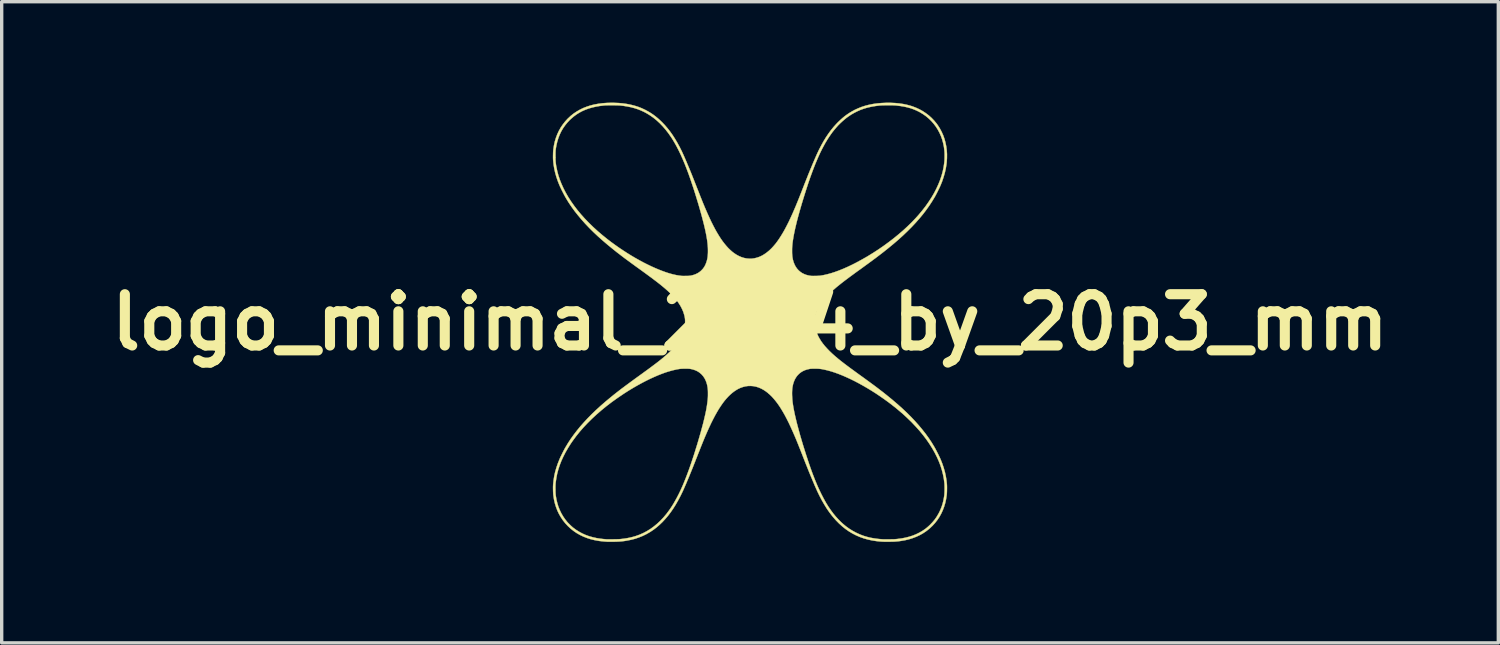
<source format=kicad_pcb>
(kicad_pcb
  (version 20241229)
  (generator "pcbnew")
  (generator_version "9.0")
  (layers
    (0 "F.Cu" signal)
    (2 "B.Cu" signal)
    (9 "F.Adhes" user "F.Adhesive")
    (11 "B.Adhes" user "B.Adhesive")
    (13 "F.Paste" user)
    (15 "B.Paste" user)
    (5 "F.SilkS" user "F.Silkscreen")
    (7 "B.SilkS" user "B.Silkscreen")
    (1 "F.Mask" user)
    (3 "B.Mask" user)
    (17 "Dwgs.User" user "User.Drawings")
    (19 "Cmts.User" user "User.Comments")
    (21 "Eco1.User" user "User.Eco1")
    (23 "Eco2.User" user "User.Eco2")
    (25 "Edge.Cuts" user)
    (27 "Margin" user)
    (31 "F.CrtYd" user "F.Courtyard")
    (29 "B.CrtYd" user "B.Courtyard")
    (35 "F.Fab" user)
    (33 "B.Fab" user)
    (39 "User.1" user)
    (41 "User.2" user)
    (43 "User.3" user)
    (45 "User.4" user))
  (footprint "logo_minimal_25p4_by_20p3_mm"
    (layer "F.Cu")
    (at 19.239 6.528)
    (property "Reference" "logo_minimal_25p4_by_20p3_mm" (at 0 0 0) (layer "F.SilkS") (effects (font (size 1.524 1.524) (thickness 0.3))))
    (attr through_hole)
    (fp_poly (pts (xy -4.045 -6.522) (xy -3.912 -6.517) (xy -3.784 -6.506) (xy -3.662 -6.489) (xy -3.546 -6.466) (xy -3.434 -6.438) (xy -3.326 -6.404) (xy -3.221 -6.363) (xy -3.12 -6.316) (xy -3.022 -6.263) (xy -3.018 -6.261) (xy -2.944 -6.216) (xy -2.873 -6.168) (xy -2.805 -6.117) (xy -2.738 -6.062) (xy -2.671 -6.001) (xy -2.612 -5.944) (xy -2.53 -5.858) (xy -2.451 -5.766) (xy -2.375 -5.669) (xy -2.301 -5.565) (xy -2.23 -5.454) (xy -2.16 -5.336) (xy -2.092 -5.211) (xy -2.026 -5.079) (xy -1.962 -4.938) (xy -1.923 -4.849) (xy -1.901 -4.797) (xy -1.881 -4.751) (xy -1.865 -4.711) (xy -1.85 -4.676) (xy -1.836 -4.644) (xy -1.824 -4.615) (xy -1.813 -4.588) (xy -1.802 -4.562) (xy -1.791 -4.535) (xy -1.779 -4.507) (xy -1.77 -4.483) (xy -1.757 -4.453) (xy -1.743 -4.417) (xy -1.726 -4.376) (xy -1.709 -4.332) (xy -1.69 -4.285) (xy -1.672 -4.239) (xy -1.654 -4.193) (xy -1.643 -4.166) (xy -1.611 -4.084) (xy -1.582 -4.01) (xy -1.555 -3.943) (xy -1.531 -3.882) (xy -1.509 -3.827) (xy -1.49 -3.777) (xy -1.472 -3.732) (xy -1.456 -3.691) (xy -1.441 -3.655) (xy -1.428 -3.621) (xy -1.415 -3.59) (xy -1.404 -3.562) (xy -1.393 -3.535) (xy -1.382 -3.51) (xy -1.372 -3.485) (xy -1.362 -3.461) (xy -1.352 -3.436) (xy -1.341 -3.41) (xy -1.329 -3.384) (xy -1.327 -3.378) (xy -1.267 -3.24) (xy -1.208 -3.11) (xy -1.151 -2.988) (xy -1.093 -2.873) (xy -1.037 -2.766) (xy -0.981 -2.667) (xy -0.925 -2.574) (xy -0.87 -2.488) (xy -0.814 -2.408) (xy -0.758 -2.335) (xy -0.702 -2.268) (xy -0.646 -2.206) (xy -0.589 -2.151) (xy -0.532 -2.1) (xy -0.473 -2.055) (xy -0.472 -2.054) (xy -0.399 -2.006) (xy -0.326 -1.967) (xy -0.251 -1.935) (xy -0.175 -1.912) (xy -0.099 -1.897) (xy -0.022 -1.891) (xy 0.055 -1.892) (xy 0.131 -1.902) (xy 0.207 -1.921) (xy 0.282 -1.947) (xy 0.357 -1.982) (xy 0.406 -2.011) (xy 0.467 -2.051) (xy 0.526 -2.096) (xy 0.564 -2.128) (xy 1.25 -2.128) (xy 1.25 -2.086) (xy 1.251 -2.044) (xy 1.253 -2.005) (xy 1.256 -1.971) (xy 1.259 -1.943) (xy 1.274 -1.862) (xy 1.295 -1.788) (xy 1.322 -1.72) (xy 1.354 -1.658) (xy 1.392 -1.602) (xy 1.436 -1.552) (xy 1.449 -1.539) (xy 1.5 -1.496) (xy 1.554 -1.46) (xy 1.614 -1.431) (xy 1.678 -1.407) (xy 1.748 -1.39) (xy 1.755 -1.389) (xy 1.774 -1.385) (xy 1.791 -1.383) (xy 1.805 -1.38) (xy 1.82 -1.379) (xy 1.836 -1.378) (xy 1.854 -1.378) (xy 1.876 -1.377) (xy 1.904 -1.378) (xy 1.938 -1.378) (xy 1.943 -1.378) (xy 1.991 -1.379) (xy 2.032 -1.381) (xy 2.066 -1.383) (xy 2.093 -1.386) (xy 2.095 -1.386) (xy 2.2 -1.405) (xy 2.308 -1.43) (xy 2.419 -1.461) (xy 2.535 -1.499) (xy 2.655 -1.543) (xy 2.78 -1.594) (xy 2.909 -1.651) (xy 3.043 -1.715) (xy 3.151 -1.77) (xy 3.319 -1.861) (xy 3.486 -1.956) (xy 3.65 -2.057) (xy 3.811 -2.161) (xy 3.968 -2.269) (xy 4.121 -2.381) (xy 4.27 -2.495) (xy 4.413 -2.612) (xy 4.551 -2.73) (xy 4.682 -2.851) (xy 4.806 -2.972) (xy 4.923 -3.095) (xy 5.007 -3.188) (xy 5.115 -3.317) (xy 5.216 -3.447) (xy 5.308 -3.578) (xy 5.393 -3.708) (xy 5.469 -3.838) (xy 5.537 -3.969) (xy 5.597 -4.099) (xy 5.649 -4.229) (xy 5.693 -4.359) (xy 5.728 -4.488) (xy 5.755 -4.617) (xy 5.773 -4.746) (xy 5.776 -4.777) (xy 5.779 -4.816) (xy 5.781 -4.862) (xy 5.782 -4.91) (xy 5.782 -4.961) (xy 5.782 -5.01) (xy 5.78 -5.056) (xy 5.777 -5.097) (xy 5.776 -5.106) (xy 5.762 -5.218) (xy 5.739 -5.328) (xy 5.71 -5.434) (xy 5.673 -5.536) (xy 5.629 -5.635) (xy 5.578 -5.729) (xy 5.521 -5.818) (xy 5.457 -5.903) (xy 5.387 -5.982) (xy 5.311 -6.056) (xy 5.229 -6.125) (xy 5.141 -6.187) (xy 5.048 -6.243) (xy 5.025 -6.256) (xy 4.942 -6.296) (xy 4.856 -6.332) (xy 4.767 -6.363) (xy 4.672 -6.389) (xy 4.573 -6.411) (xy 4.467 -6.428) (xy 4.355 -6.442) (xy 4.339 -6.444) (xy 4.314 -6.446) (xy 4.281 -6.447) (xy 4.243 -6.449) (xy 4.2 -6.449) (xy 4.154 -6.45) (xy 4.106 -6.45) (xy 4.058 -6.45) (xy 4.011 -6.449) (xy 3.966 -6.448) (xy 3.924 -6.447) (xy 3.887 -6.445) (xy 3.857 -6.443) (xy 3.842 -6.442) (xy 3.72 -6.426) (xy 3.604 -6.406) (xy 3.494 -6.381) (xy 3.39 -6.351) (xy 3.289 -6.315) (xy 3.192 -6.273) (xy 3.098 -6.225) (xy 3.006 -6.172) (xy 2.915 -6.111) (xy 2.915 -6.111) (xy 2.857 -6.068) (xy 2.798 -6.019) (xy 2.737 -5.966) (xy 2.677 -5.91) (xy 2.62 -5.853) (xy 2.568 -5.795) (xy 2.51 -5.727) (xy 2.453 -5.656) (xy 2.398 -5.58) (xy 2.344 -5.501) (xy 2.291 -5.418) (xy 2.238 -5.33) (xy 2.187 -5.237) (xy 2.136 -5.14) (xy 2.085 -5.037) (xy 2.035 -4.928) (xy 1.985 -4.813) (xy 1.935 -4.693) (xy 1.885 -4.565) (xy 1.835 -4.431) (xy 1.784 -4.29) (xy 1.733 -4.142) (xy 1.682 -3.986) (xy 1.63 -3.823) (xy 1.581 -3.666) (xy 1.537 -3.521) (xy 1.497 -3.383) (xy 1.46 -3.253) (xy 1.426 -3.129) (xy 1.395 -3.012) (xy 1.368 -2.901) (xy 1.343 -2.796) (xy 1.322 -2.698) (xy 1.303 -2.604) (xy 1.287 -2.516) (xy 1.274 -2.433) (xy 1.263 -2.355) (xy 1.256 -2.281) (xy 1.253 -2.244) (xy 1.251 -2.209) (xy 1.25 -2.17) (xy 1.25 -2.128) (xy 0.564 -2.128) (xy 0.584 -2.146) (xy 0.642 -2.202) (xy 0.699 -2.264) (xy 0.756 -2.331) (xy 0.812 -2.405) (xy 0.868 -2.486) (xy 0.924 -2.573) (xy 0.981 -2.667) (xy 1.038 -2.768) (xy 1.095 -2.877) (xy 1.153 -2.992) (xy 1.211 -3.116) (xy 1.271 -3.248) (xy 1.327 -3.378) (xy 1.339 -3.406) (xy 1.35 -3.432) (xy 1.361 -3.457) (xy 1.371 -3.483) (xy 1.382 -3.508) (xy 1.392 -3.534) (xy 1.404 -3.561) (xy 1.415 -3.59) (xy 1.428 -3.622) (xy 1.442 -3.656) (xy 1.457 -3.693) (xy 1.473 -3.734) (xy 1.491 -3.78) (xy 1.511 -3.83) (xy 1.533 -3.886) (xy 1.557 -3.948) (xy 1.584 -4.016) (xy 1.613 -4.091) (xy 1.642 -4.165) (xy 1.66 -4.209) (xy 1.678 -4.255) (xy 1.697 -4.302) (xy 1.715 -4.348) (xy 1.732 -4.391) (xy 1.748 -4.431) (xy 1.762 -4.465) (xy 1.769 -4.482) (xy 1.782 -4.513) (xy 1.793 -4.541) (xy 1.804 -4.568) (xy 1.816 -4.594) (xy 1.827 -4.622) (xy 1.839 -4.651) (xy 1.853 -4.684) (xy 1.868 -4.72) (xy 1.886 -4.761) (xy 1.906 -4.809) (xy 1.923 -4.849) (xy 1.987 -4.995) (xy 2.052 -5.132) (xy 2.119 -5.261) (xy 2.187 -5.383) (xy 2.257 -5.498) (xy 2.33 -5.606) (xy 2.404 -5.707) (xy 2.481 -5.802) (xy 2.561 -5.891) (xy 2.612 -5.944) (xy 2.681 -6.01) (xy 2.748 -6.07) (xy 2.815 -6.125) (xy 2.883 -6.175) (xy 2.955 -6.223) (xy 3.018 -6.261) (xy 3.117 -6.315) (xy 3.218 -6.361) (xy 3.322 -6.402) (xy 3.43 -6.437) (xy 3.542 -6.465) (xy 3.658 -6.488) (xy 3.78 -6.505) (xy 3.907 -6.516) (xy 4.04 -6.522) (xy 4.045 -6.522) (xy 4.18 -6.522) (xy 4.31 -6.516) (xy 4.434 -6.504) (xy 4.553 -6.487) (xy 4.667 -6.463) (xy 4.777 -6.433) (xy 4.83 -6.416) (xy 4.936 -6.375) (xy 5.038 -6.328) (xy 5.135 -6.274) (xy 5.227 -6.213) (xy 5.314 -6.147) (xy 5.395 -6.074) (xy 5.471 -5.995) (xy 5.541 -5.911) (xy 5.581 -5.856) (xy 5.641 -5.761) (xy 5.694 -5.662) (xy 5.74 -5.559) (xy 5.778 -5.453) (xy 5.808 -5.343) (xy 5.831 -5.231) (xy 5.846 -5.116) (xy 5.854 -4.998) (xy 5.853 -4.878) (xy 5.845 -4.756) (xy 5.837 -4.688) (xy 5.817 -4.566) (xy 5.789 -4.442) (xy 5.753 -4.317) (xy 5.71 -4.189) (xy 5.664 -4.074) (xy 5.651 -4.045) (xy 5.636 -4.011) (xy 5.617 -3.973) (xy 5.597 -3.932) (xy 5.576 -3.889) (xy 5.555 -3.847) (xy 5.534 -3.806) (xy 5.514 -3.769) (xy 5.497 -3.737) (xy 5.485 -3.717) (xy 5.408 -3.59) (xy 5.325 -3.463) (xy 5.235 -3.337) (xy 5.139 -3.211) (xy 5.035 -3.086) (xy 4.925 -2.961) (xy 4.807 -2.835) (xy 4.681 -2.709) (xy 4.548 -2.582) (xy 4.408 -2.455) (xy 4.259 -2.327) (xy 4.102 -2.198) (xy 4.066 -2.169) (xy 4.024 -2.136) (xy 3.983 -2.103) (xy 3.942 -2.071) (xy 3.901 -2.039) (xy 3.859 -2.007) (xy 3.816 -1.974) (xy 3.771 -1.94) (xy 3.724 -1.904) (xy 3.673 -1.867) (xy 3.62 -1.827) (xy 3.562 -1.785) (xy 3.5 -1.739) (xy 3.433 -1.691) (xy 3.361 -1.638) (xy 3.283 -1.581) (xy 3.215 -1.533) (xy 3.124 -1.467) (xy 3.04 -1.405) (xy 2.962 -1.348) (xy 2.89 -1.294) (xy 2.823 -1.244) (xy 2.761 -1.196) (xy 2.704 -1.152) (xy 2.651 -1.109) (xy 2.601 -1.069) (xy 2.554 -1.03) (xy 2.511 -0.992) (xy 2.469 -0.956) (xy 2.43 -0.919) (xy 2.392 -0.884) (xy 2.356 -0.848) (xy 2.32 -0.811) (xy 2.293 -0.783) (xy 2.218 -0.7) (xy 2.153 -0.617) (xy 2.095 -0.533) (xy 2.046 -0.448) (xy 2.005 -0.362) (xy 1.972 -0.276) (xy 1.947 -0.188) (xy 1.936 -0.133) (xy 1.933 -0.107) (xy 1.93 -0.075) (xy 1.929 -0.038) (xy 1.928 0.000463) (xy 1.929 0.039) (xy 1.93 0.076) (xy 1.933 0.108) (xy 1.936 0.133) (xy 1.952 0.206) (xy 1.972 0.278) (xy 1.999 0.35) (xy 2.031 0.421) (xy 2.07 0.491) (xy 2.114 0.562) (xy 2.165 0.633) (xy 2.223 0.705) (xy 2.288 0.777) (xy 2.359 0.851) (xy 2.438 0.927) (xy 2.525 1.004) (xy 2.619 1.084) (xy 2.661 1.117) (xy 2.697 1.147) (xy 2.735 1.176) (xy 2.774 1.206) (xy 2.815 1.238) (xy 2.858 1.27) (xy 2.904 1.305) (xy 2.955 1.343) (xy 3.009 1.383) (xy 3.069 1.426) (xy 3.134 1.474) (xy 3.206 1.526) (xy 3.215 1.533) (xy 3.298 1.593) (xy 3.375 1.648) (xy 3.446 1.7) (xy 3.512 1.748) (xy 3.572 1.792) (xy 3.629 1.834) (xy 3.682 1.873) (xy 3.731 1.909) (xy 3.777 1.944) (xy 3.822 1.978) (xy 3.864 2.011) (xy 3.906 2.043) (xy 3.947 2.074) (xy 3.987 2.106) (xy 4.028 2.139) (xy 4.066 2.169) (xy 4.225 2.299) (xy 4.375 2.427) (xy 4.518 2.554) (xy 4.653 2.681) (xy 4.78 2.807) (xy 4.899 2.933) (xy 5.011 3.058) (xy 5.116 3.184) (xy 5.215 3.309) (xy 5.306 3.435) (xy 5.391 3.561) (xy 5.469 3.689) (xy 5.485 3.717) (xy 5.501 3.745) (xy 5.519 3.779) (xy 5.539 3.817) (xy 5.56 3.858) (xy 5.582 3.901) (xy 5.603 3.943) (xy 5.622 3.984) (xy 5.64 4.021) (xy 5.655 4.054) (xy 5.664 4.074) (xy 5.714 4.2) (xy 5.756 4.324) (xy 5.791 4.447) (xy 5.818 4.57) (xy 5.838 4.692) (xy 5.851 4.816) (xy 5.851 4.82) (xy 5.853 4.855) (xy 5.854 4.896) (xy 5.854 4.941) (xy 5.853 4.988) (xy 5.852 5.033) (xy 5.85 5.077) (xy 5.847 5.115) (xy 5.844 5.141) (xy 5.826 5.259) (xy 5.801 5.372) (xy 5.768 5.482) (xy 5.728 5.587) (xy 5.681 5.688) (xy 5.628 5.784) (xy 5.567 5.875) (xy 5.499 5.962) (xy 5.425 6.044) (xy 5.345 6.12) (xy 5.257 6.191) (xy 5.23 6.211) (xy 5.14 6.271) (xy 5.044 6.325) (xy 4.943 6.372) (xy 4.836 6.413) (xy 4.725 6.448) (xy 4.609 6.476) (xy 4.494 6.496) (xy 4.443 6.503) (xy 4.395 6.509) (xy 4.348 6.513) (xy 4.3 6.517) (xy 4.25 6.519) (xy 4.195 6.52) (xy 4.135 6.521) (xy 4.104 6.521) (xy 4.051 6.521) (xy 4.005 6.521) (xy 3.964 6.52) (xy 3.926 6.518) (xy 3.89 6.516) (xy 3.854 6.513) (xy 3.815 6.509) (xy 3.774 6.504) (xy 3.755 6.502) (xy 3.626 6.482) (xy 3.502 6.455) (xy 3.381 6.421) (xy 3.265 6.38) (xy 3.152 6.331) (xy 3.043 6.275) (xy 2.938 6.212) (xy 2.836 6.141) (xy 2.738 6.062) (xy 2.642 5.975) (xy 2.55 5.881) (xy 2.461 5.778) (xy 2.432 5.743) (xy 2.355 5.642) (xy 2.28 5.533) (xy 2.207 5.415) (xy 2.135 5.29) (xy 2.065 5.157) (xy 1.997 5.016) (xy 1.931 4.868) (xy 1.925 4.854) (xy 1.893 4.778) (xy 1.864 4.71) (xy 1.838 4.647) (xy 1.813 4.588) (xy 1.79 4.533) (xy 1.768 4.48) (xy 1.747 4.428) (xy 1.726 4.376) (xy 1.705 4.322) (xy 1.683 4.267) (xy 1.659 4.208) (xy 1.642 4.165) (xy 1.61 4.083) (xy 1.581 4.009) (xy 1.555 3.942) (xy 1.531 3.881) (xy 1.509 3.825) (xy 1.489 3.775) (xy 1.471 3.73) (xy 1.455 3.69) (xy 1.44 3.652) (xy 1.427 3.619) (xy 1.414 3.588) (xy 1.403 3.559) (xy 1.391 3.531) (xy 1.381 3.506) (xy 1.37 3.48) (xy 1.36 3.455) (xy 1.349 3.43) (xy 1.338 3.403) (xy 1.327 3.378) (xy 1.267 3.24) (xy 1.208 3.11) (xy 1.151 2.988) (xy 1.093 2.873) (xy 1.037 2.766) (xy 0.981 2.667) (xy 0.925 2.574) (xy 0.87 2.488) (xy 0.814 2.408) (xy 0.758 2.335) (xy 0.702 2.268) (xy 0.646 2.206) (xy 0.589 2.151) (xy 0.532 2.1) (xy 0.531 2.1) (xy 1.249 2.1) (xy 1.25 2.161) (xy 1.253 2.225) (xy 1.257 2.29) (xy 1.263 2.354) (xy 1.266 2.379) (xy 1.278 2.462) (xy 1.293 2.552) (xy 1.312 2.65) (xy 1.334 2.754) (xy 1.36 2.866) (xy 1.388 2.983) (xy 1.421 3.108) (xy 1.456 3.238) (xy 1.494 3.375) (xy 1.536 3.517) (xy 1.58 3.664) (xy 1.628 3.817) (xy 1.672 3.956) (xy 1.716 4.089) (xy 1.757 4.213) (xy 1.798 4.331) (xy 1.838 4.442) (xy 1.878 4.548) (xy 1.917 4.649) (xy 1.956 4.745) (xy 1.995 4.837) (xy 2.034 4.926) (xy 2.075 5.013) (xy 2.116 5.098) (xy 2.126 5.118) (xy 2.192 5.245) (xy 2.259 5.365) (xy 2.328 5.477) (xy 2.399 5.581) (xy 2.472 5.68) (xy 2.548 5.772) (xy 2.627 5.859) (xy 2.709 5.941) (xy 2.758 5.986) (xy 2.848 6.061) (xy 2.943 6.13) (xy 3.043 6.193) (xy 3.147 6.25) (xy 3.253 6.299) (xy 3.361 6.341) (xy 3.389 6.35) (xy 3.453 6.37) (xy 3.517 6.387) (xy 3.58 6.402) (xy 3.646 6.414) (xy 3.715 6.425) (xy 3.788 6.435) (xy 3.867 6.443) (xy 3.943 6.449) (xy 3.952 6.449) (xy 3.969 6.45) (xy 3.991 6.45) (xy 4.019 6.45) (xy 4.051 6.45) (xy 4.087 6.45) (xy 4.124 6.449) (xy 4.132 6.449) (xy 4.179 6.449) (xy 4.22 6.448) (xy 4.255 6.448) (xy 4.285 6.447) (xy 4.312 6.445) (xy 4.336 6.443) (xy 4.36 6.441) (xy 4.38 6.439) (xy 4.502 6.423) (xy 4.618 6.401) (xy 4.728 6.373) (xy 4.833 6.34) (xy 4.932 6.3) (xy 5.025 6.255) (xy 5.11 6.207) (xy 5.164 6.171) (xy 5.213 6.137) (xy 5.258 6.101) (xy 5.303 6.062) (xy 5.35 6.018) (xy 5.35 6.018) (xy 5.421 5.944) (xy 5.485 5.868) (xy 5.542 5.788) (xy 5.593 5.702) (xy 5.625 5.643) (xy 5.662 5.562) (xy 5.694 5.482) (xy 5.721 5.399) (xy 5.743 5.313) (xy 5.761 5.221) (xy 5.773 5.146) (xy 5.776 5.118) (xy 5.778 5.084) (xy 5.78 5.044) (xy 5.781 5.001) (xy 5.782 4.957) (xy 5.782 4.912) (xy 5.781 4.869) (xy 5.78 4.83) (xy 5.778 4.795) (xy 5.777 4.78) (xy 5.76 4.651) (xy 5.735 4.522) (xy 5.702 4.392) (xy 5.661 4.261) (xy 5.611 4.131) (xy 5.553 4.001) (xy 5.487 3.871) (xy 5.413 3.741) (xy 5.331 3.611) (xy 5.242 3.482) (xy 5.144 3.353) (xy 5.039 3.225) (xy 4.925 3.098) (xy 4.805 2.971) (xy 4.676 2.846) (xy 4.568 2.745) (xy 4.458 2.65) (xy 4.345 2.555) (xy 4.229 2.463) (xy 4.11 2.372) (xy 3.988 2.284) (xy 3.865 2.198) (xy 3.74 2.114) (xy 3.614 2.034) (xy 3.487 1.957) (xy 3.361 1.884) (xy 3.235 1.814) (xy 3.11 1.748) (xy 2.986 1.687) (xy 2.864 1.631) (xy 2.745 1.579) (xy 2.629 1.533) (xy 2.516 1.492) (xy 2.407 1.457) (xy 2.302 1.428) (xy 2.202 1.405) (xy 2.196 1.404) (xy 2.157 1.396) (xy 2.124 1.39) (xy 2.095 1.386) (xy 2.067 1.383) (xy 2.038 1.38) (xy 2.007 1.379) (xy 1.972 1.378) (xy 1.931 1.378) (xy 1.924 1.378) (xy 1.888 1.378) (xy 1.859 1.378) (xy 1.836 1.379) (xy 1.817 1.38) (xy 1.801 1.381) (xy 1.787 1.382) (xy 1.773 1.385) (xy 1.758 1.388) (xy 1.757 1.388) (xy 1.689 1.404) (xy 1.627 1.425) (xy 1.571 1.451) (xy 1.519 1.482) (xy 1.471 1.519) (xy 1.449 1.539) (xy 1.403 1.587) (xy 1.364 1.642) (xy 1.33 1.702) (xy 1.302 1.769) (xy 1.279 1.842) (xy 1.263 1.921) (xy 1.259 1.943) (xy 1.254 1.989) (xy 1.251 2.042) (xy 1.249 2.1) (xy 0.531 2.1) (xy 0.473 2.055) (xy 0.472 2.054) (xy 0.399 2.006) (xy 0.326 1.967) (xy 0.251 1.935) (xy 0.175 1.912) (xy 0.099 1.897) (xy 0.022 1.891) (xy -0.055 1.892) (xy -0.131 1.902) (xy -0.207 1.921) (xy -0.282 1.947) (xy -0.357 1.982) (xy -0.406 2.011) (xy -0.467 2.051) (xy -0.526 2.096) (xy -0.584 2.146) (xy -0.642 2.202) (xy -0.699 2.264) (xy -0.756 2.331) (xy -0.812 2.405) (xy -0.868 2.486) (xy -0.925 2.573) (xy -0.981 2.667) (xy -1.038 2.768) (xy -1.095 2.877) (xy -1.153 2.992) (xy -1.211 3.116) (xy -1.271 3.248) (xy -1.327 3.378) (xy -1.339 3.405) (xy -1.35 3.431) (xy -1.36 3.456) (xy -1.37 3.48) (xy -1.38 3.505) (xy -1.391 3.53) (xy -1.402 3.557) (xy -1.413 3.585) (xy -1.425 3.615) (xy -1.438 3.648) (xy -1.453 3.684) (xy -1.469 3.724) (xy -1.486 3.768) (xy -1.505 3.817) (xy -1.527 3.871) (xy -1.55 3.93) (xy -1.576 3.996) (xy -1.605 4.069) (xy -1.636 4.149) (xy -1.643 4.166) (xy -1.677 4.252) (xy -1.711 4.338) (xy -1.746 4.424) (xy -1.78 4.508) (xy -1.814 4.591) (xy -1.847 4.67) (xy -1.879 4.746) (xy -1.909 4.817) (xy -1.938 4.883) (xy -1.964 4.943) (xy -1.988 4.997) (xy -2 5.023) (xy -2.066 5.159) (xy -2.134 5.288) (xy -2.204 5.411) (xy -2.276 5.526) (xy -2.35 5.634) (xy -2.425 5.734) (xy -2.432 5.743) (xy -2.516 5.842) (xy -2.603 5.936) (xy -2.693 6.022) (xy -2.784 6.1) (xy -2.867 6.163) (xy -2.97 6.232) (xy -3.076 6.293) (xy -3.186 6.347) (xy -3.3 6.393) (xy -3.417 6.433) (xy -3.539 6.464) (xy -3.666 6.489) (xy -3.721 6.498) (xy -3.776 6.505) (xy -3.83 6.511) (xy -3.884 6.515) (xy -3.941 6.518) (xy -4.002 6.52) (xy -4.069 6.521) (xy -4.07 6.521) (xy -4.105 6.521) (xy -4.139 6.522) (xy -4.17 6.522) (xy -4.196 6.522) (xy -4.218 6.521) (xy -4.233 6.521) (xy -4.238 6.521) (xy -4.276 6.518) (xy -4.318 6.515) (xy -4.362 6.511) (xy -4.405 6.507) (xy -4.446 6.502) (xy -4.481 6.498) (xy -4.494 6.496) (xy -4.616 6.474) (xy -4.733 6.446) (xy -4.845 6.41) (xy -4.952 6.368) (xy -5.054 6.319) (xy -5.151 6.264) (xy -5.243 6.201) (xy -5.33 6.132) (xy -5.412 6.056) (xy -5.414 6.054) (xy -5.491 5.971) (xy -5.56 5.884) (xy -5.622 5.792) (xy -5.677 5.696) (xy -5.725 5.596) (xy -5.765 5.491) (xy -5.799 5.381) (xy -5.825 5.268) (xy -5.843 5.15) (xy -5.844 5.141) (xy -5.848 5.108) (xy -5.85 5.068) (xy -5.852 5.024) (xy -5.853 4.978) (xy -5.854 4.936) (xy -5.782 4.936) (xy -5.782 4.982) (xy -5.781 5.026) (xy -5.779 5.068) (xy -5.777 5.105) (xy -5.774 5.136) (xy -5.773 5.147) (xy -5.754 5.262) (xy -5.728 5.371) (xy -5.696 5.476) (xy -5.656 5.576) (xy -5.61 5.672) (xy -5.557 5.764) (xy -5.497 5.852) (xy -5.438 5.926) (xy -5.42 5.947) (xy -5.397 5.971) (xy -5.371 5.997) (xy -5.344 6.024) (xy -5.317 6.05) (xy -5.291 6.073) (xy -5.269 6.093) (xy -5.262 6.099) (xy -5.176 6.163) (xy -5.085 6.221) (xy -4.99 6.273) (xy -4.89 6.318) (xy -4.786 6.356) (xy -4.676 6.387) (xy -4.561 6.413) (xy -4.441 6.432) (xy -4.377 6.439) (xy -4.35 6.442) (xy -4.323 6.444) (xy -4.3 6.446) (xy -4.281 6.448) (xy -4.269 6.449) (xy -4.255 6.449) (xy -4.233 6.45) (xy -4.205 6.45) (xy -4.173 6.45) (xy -4.137 6.45) (xy -4.099 6.449) (xy -4.06 6.449) (xy -4.021 6.448) (xy -3.984 6.448) (xy -3.949 6.447) (xy -3.918 6.446) (xy -3.892 6.445) (xy -3.872 6.444) (xy -3.861 6.443) (xy -3.777 6.434) (xy -3.7 6.423) (xy -3.629 6.411) (xy -3.561 6.397) (xy -3.495 6.381) (xy -3.43 6.363) (xy -3.389 6.35) (xy -3.276 6.309) (xy -3.166 6.26) (xy -3.059 6.203) (xy -2.956 6.139) (xy -2.856 6.066) (xy -2.759 5.986) (xy -2.665 5.898) (xy -2.574 5.802) (xy -2.487 5.699) (xy -2.403 5.587) (xy -2.34 5.495) (xy -2.283 5.405) (xy -2.227 5.308) (xy -2.17 5.205) (xy -2.114 5.096) (xy -2.059 4.982) (xy -2.006 4.865) (xy -1.956 4.745) (xy -1.952 4.735) (xy -1.905 4.617) (xy -1.857 4.491) (xy -1.808 4.358) (xy -1.759 4.218) (xy -1.71 4.072) (xy -1.66 3.92) (xy -1.611 3.763) (xy -1.561 3.601) (xy -1.512 3.434) (xy -1.501 3.395) (xy -1.464 3.267) (xy -1.431 3.145) (xy -1.4 3.031) (xy -1.373 2.923) (xy -1.349 2.821) (xy -1.327 2.726) (xy -1.308 2.635) (xy -1.292 2.55) (xy -1.279 2.468) (xy -1.268 2.392) (xy -1.259 2.318) (xy -1.253 2.249) (xy -1.253 2.244) (xy -1.251 2.209) (xy -1.25 2.17) (xy -1.25 2.128) (xy -1.25 2.086) (xy -1.251 2.044) (xy -1.253 2.005) (xy -1.256 1.971) (xy -1.259 1.943) (xy -1.274 1.862) (xy -1.295 1.788) (xy -1.322 1.72) (xy -1.354 1.658) (xy -1.392 1.602) (xy -1.436 1.552) (xy -1.449 1.539) (xy -1.496 1.499) (xy -1.545 1.465) (xy -1.599 1.437) (xy -1.658 1.414) (xy -1.723 1.395) (xy -1.757 1.388) (xy -1.772 1.385) (xy -1.786 1.383) (xy -1.801 1.381) (xy -1.816 1.38) (xy -1.835 1.379) (xy -1.858 1.378) (xy -1.886 1.378) (xy -1.922 1.378) (xy -1.924 1.378) (xy -1.966 1.378) (xy -2.002 1.379) (xy -2.034 1.38) (xy -2.062 1.382) (xy -2.09 1.385) (xy -2.12 1.39) (xy -2.152 1.395) (xy -2.19 1.402) (xy -2.196 1.404) (xy -2.293 1.426) (xy -2.395 1.454) (xy -2.502 1.487) (xy -2.613 1.527) (xy -2.728 1.572) (xy -2.846 1.623) (xy -2.967 1.678) (xy -3.091 1.739) (xy -3.216 1.804) (xy -3.343 1.874) (xy -3.472 1.948) (xy -3.601 2.026) (xy -3.73 2.108) (xy -3.772 2.136) (xy -3.943 2.252) (xy -4.108 2.37) (xy -4.266 2.491) (xy -4.417 2.614) (xy -4.561 2.739) (xy -4.698 2.866) (xy -4.828 2.995) (xy -4.95 3.124) (xy -5.064 3.255) (xy -5.17 3.387) (xy -5.268 3.52) (xy -5.328 3.607) (xy -5.409 3.736) (xy -5.483 3.864) (xy -5.548 3.991) (xy -5.606 4.118) (xy -5.655 4.244) (xy -5.696 4.369) (xy -5.73 4.495) (xy -5.755 4.621) (xy -5.773 4.747) (xy -5.777 4.78) (xy -5.779 4.812) (xy -5.781 4.85) (xy -5.782 4.892) (xy -5.782 4.936) (xy -5.854 4.936) (xy -5.854 4.932) (xy -5.854 4.887) (xy -5.852 4.847) (xy -5.851 4.82) (xy -5.838 4.696) (xy -5.819 4.573) (xy -5.792 4.451) (xy -5.757 4.328) (xy -5.715 4.204) (xy -5.665 4.078) (xy -5.664 4.074) (xy -5.651 4.045) (xy -5.636 4.011) (xy -5.617 3.973) (xy -5.597 3.932) (xy -5.576 3.889) (xy -5.555 3.847) (xy -5.534 3.806) (xy -5.514 3.769) (xy -5.497 3.737) (xy -5.485 3.717) (xy -5.41 3.592) (xy -5.329 3.468) (xy -5.241 3.345) (xy -5.147 3.222) (xy -5.047 3.099) (xy -4.939 2.977) (xy -4.825 2.854) (xy -4.703 2.73) (xy -4.574 2.606) (xy -4.437 2.481) (xy -4.292 2.355) (xy -4.139 2.228) (xy -4.085 2.184) (xy -4.043 2.15) (xy -4.001 2.117) (xy -3.958 2.083) (xy -3.914 2.049) (xy -3.869 2.014) (xy -3.821 1.977) (xy -3.771 1.94) (xy -3.718 1.9) (xy -3.661 1.858) (xy -3.6 1.813) (xy -3.535 1.765) (xy -3.465 1.714) (xy -3.39 1.659) (xy -3.308 1.6) (xy -3.22 1.536) (xy -3.215 1.533) (xy -3.124 1.466) (xy -3.039 1.405) (xy -2.961 1.347) (xy -2.889 1.293) (xy -2.821 1.242) (xy -2.759 1.195) (xy -2.701 1.15) (xy -2.648 1.107) (xy -2.598 1.066) (xy -2.551 1.027) (xy -2.507 0.989) (xy -2.466 0.952) (xy -2.427 0.916) (xy -2.389 0.88) (xy -2.352 0.844) (xy -2.316 0.808) (xy -2.295 0.785) (xy -2.221 0.703) (xy -2.155 0.62) (xy -2.097 0.536) (xy -2.048 0.452) (xy -2.007 0.368) (xy -1.974 0.283) (xy -1.956 0.222) (xy -1.947 0.187) (xy -1.94 0.155) (xy -1.935 0.125) (xy -1.932 0.095) (xy -1.93 0.062) (xy -1.929 0.024) (xy -1.929 0) (xy -1.929 -0.042) (xy -1.93 -0.077) (xy -1.933 -0.109) (xy -1.937 -0.138) (xy -1.943 -0.169) (xy -1.95 -0.202) (xy -1.956 -0.222) (xy -1.982 -0.307) (xy -2.018 -0.392) (xy -2.061 -0.476) (xy -2.113 -0.56) (xy -2.173 -0.644) (xy -2.241 -0.726) (xy -2.295 -0.785) (xy -2.33 -0.822) (xy -2.366 -0.858) (xy -2.403 -0.894) (xy -2.441 -0.93) (xy -2.481 -0.966) (xy -2.523 -1.003) (xy -2.568 -1.041) (xy -2.615 -1.08) (xy -2.666 -1.122) (xy -2.721 -1.165) (xy -2.78 -1.211) (xy -2.844 -1.259) (xy -2.912 -1.311) (xy -2.987 -1.366) (xy -3.067 -1.425) (xy -3.153 -1.488) (xy -3.215 -1.533) (xy -3.298 -1.593) (xy -3.375 -1.648) (xy -3.446 -1.7) (xy -3.512 -1.748) (xy -3.572 -1.792) (xy -3.629 -1.834) (xy -3.682 -1.873) (xy -3.731 -1.909) (xy -3.777 -1.944) (xy -3.822 -1.978) (xy -3.864 -2.011) (xy -3.906 -2.043) (xy -3.947 -2.074) (xy -3.987 -2.106) (xy -4.028 -2.139) (xy -4.066 -2.169) (xy -4.225 -2.299) (xy -4.375 -2.427) (xy -4.518 -2.554) (xy -4.653 -2.681) (xy -4.78 -2.807) (xy -4.899 -2.933) (xy -5.011 -3.058) (xy -5.116 -3.184) (xy -5.215 -3.309) (xy -5.306 -3.435) (xy -5.391 -3.561) (xy -5.469 -3.689) (xy -5.485 -3.717) (xy -5.501 -3.745) (xy -5.519 -3.779) (xy -5.539 -3.817) (xy -5.56 -3.858) (xy -5.582 -3.901) (xy -5.603 -3.943) (xy -5.622 -3.984) (xy -5.64 -4.021) (xy -5.655 -4.054) (xy -5.664 -4.074) (xy -5.714 -4.2) (xy -5.756 -4.324) (xy -5.791 -4.447) (xy -5.818 -4.57) (xy -5.838 -4.692) (xy -5.851 -4.816) (xy -5.851 -4.82) (xy -5.853 -4.855) (xy -5.854 -4.896) (xy -5.854 -4.941) (xy -5.854 -4.947) (xy -5.78 -4.947) (xy -5.78 -4.898) (xy -5.78 -4.855) (xy -5.779 -4.818) (xy -5.777 -4.785) (xy -5.775 -4.754) (xy -5.771 -4.723) (xy -5.767 -4.691) (xy -5.762 -4.656) (xy -5.757 -4.627) (xy -5.73 -4.498) (xy -5.696 -4.368) (xy -5.653 -4.238) (xy -5.601 -4.108) (xy -5.542 -3.978) (xy -5.475 -3.849) (xy -5.4 -3.719) (xy -5.317 -3.59) (xy -5.226 -3.461) (xy -5.128 -3.333) (xy -5.022 -3.206) (xy -4.909 -3.08) (xy -4.788 -2.955) (xy -4.661 -2.831) (xy -4.526 -2.708) (xy -4.384 -2.587) (xy -4.235 -2.467) (xy -4.125 -2.383) (xy -4.008 -2.298) (xy -3.889 -2.214) (xy -3.769 -2.134) (xy -3.649 -2.056) (xy -3.528 -1.981) (xy -3.407 -1.91) (xy -3.286 -1.842) (xy -3.167 -1.778) (xy -3.048 -1.718) (xy -2.932 -1.662) (xy -2.818 -1.611) (xy -2.707 -1.564) (xy -2.598 -1.522) (xy -2.493 -1.484) (xy -2.392 -1.452) (xy -2.296 -1.426) (xy -2.204 -1.405) (xy -2.118 -1.39) (xy -2.079 -1.385) (xy -2.059 -1.382) (xy -2.042 -1.38) (xy -2.029 -1.379) (xy -2.026 -1.378) (xy -2.018 -1.378) (xy -2.003 -1.378) (xy -1.983 -1.377) (xy -1.957 -1.377) (xy -1.929 -1.378) (xy -1.907 -1.378) (xy -1.872 -1.378) (xy -1.843 -1.379) (xy -1.82 -1.38) (xy -1.8 -1.382) (xy -1.783 -1.384) (xy -1.767 -1.386) (xy -1.755 -1.388) (xy -1.686 -1.405) (xy -1.623 -1.427) (xy -1.566 -1.454) (xy -1.513 -1.486) (xy -1.464 -1.525) (xy -1.449 -1.539) (xy -1.404 -1.586) (xy -1.365 -1.639) (xy -1.332 -1.697) (xy -1.305 -1.761) (xy -1.282 -1.832) (xy -1.279 -1.846) (xy -1.27 -1.883) (xy -1.263 -1.919) (xy -1.258 -1.954) (xy -1.255 -1.991) (xy -1.252 -2.033) (xy -1.25 -2.081) (xy -1.25 -2.081) (xy -1.25 -2.15) (xy -1.252 -2.221) (xy -1.257 -2.294) (xy -1.265 -2.371) (xy -1.276 -2.452) (xy -1.29 -2.539) (xy -1.308 -2.632) (xy -1.321 -2.697) (xy -1.34 -2.784) (xy -1.362 -2.878) (xy -1.387 -2.978) (xy -1.414 -3.083) (xy -1.444 -3.194) (xy -1.476 -3.308) (xy -1.509 -3.425) (xy -1.544 -3.544) (xy -1.581 -3.665) (xy -1.618 -3.786) (xy -1.656 -3.907) (xy -1.695 -4.027) (xy -1.735 -4.146) (xy -1.774 -4.262) (xy -1.814 -4.374) (xy -1.819 -4.39) (xy -1.879 -4.551) (xy -1.939 -4.704) (xy -2.001 -4.85) (xy -2.063 -4.989) (xy -2.126 -5.12) (xy -2.19 -5.243) (xy -2.255 -5.358) (xy -2.32 -5.465) (xy -2.34 -5.495) (xy -2.421 -5.612) (xy -2.505 -5.721) (xy -2.592 -5.822) (xy -2.682 -5.916) (xy -2.776 -6.002) (xy -2.872 -6.08) (xy -2.972 -6.15) (xy -3.065 -6.207) (xy -3.154 -6.255) (xy -3.246 -6.297) (xy -3.34 -6.334) (xy -3.437 -6.365) (xy -3.539 -6.392) (xy -3.646 -6.414) (xy -3.759 -6.432) (xy -3.842 -6.442) (xy -3.867 -6.444) (xy -3.9 -6.446) (xy -3.939 -6.447) (xy -3.982 -6.448) (xy -4.028 -6.449) (xy -4.075 -6.45) (xy -4.124 -6.45) (xy -4.171 -6.45) (xy -4.216 -6.449) (xy -4.257 -6.448) (xy -4.294 -6.447) (xy -4.324 -6.445) (xy -4.339 -6.444) (xy -4.462 -6.429) (xy -4.578 -6.409) (xy -4.688 -6.384) (xy -4.792 -6.354) (xy -4.891 -6.318) (xy -4.984 -6.277) (xy -5.073 -6.23) (xy -5.158 -6.176) (xy -5.238 -6.117) (xy -5.315 -6.051) (xy -5.357 -6.012) (xy -5.43 -5.934) (xy -5.497 -5.851) (xy -5.557 -5.765) (xy -5.61 -5.674) (xy -5.656 -5.578) (xy -5.695 -5.477) (xy -5.728 -5.371) (xy -5.754 -5.26) (xy -5.773 -5.148) (xy -5.775 -5.13) (xy -5.777 -5.112) (xy -5.778 -5.091) (xy -5.779 -5.067) (xy -5.78 -5.038) (xy -5.78 -5.003) (xy -5.78 -4.961) (xy -5.78 -4.947) (xy -5.854 -4.947) (xy -5.853 -4.988) (xy -5.852 -5.034) (xy -5.85 -5.077) (xy -5.847 -5.116) (xy -5.844 -5.141) (xy -5.826 -5.26) (xy -5.801 -5.374) (xy -5.768 -5.483) (xy -5.728 -5.588) (xy -5.681 -5.689) (xy -5.627 -5.785) (xy -5.565 -5.877) (xy -5.496 -5.965) (xy -5.421 -6.048) (xy -5.41 -6.058) (xy -5.33 -6.133) (xy -5.245 -6.201) (xy -5.154 -6.262) (xy -5.059 -6.317) (xy -4.959 -6.366) (xy -4.854 -6.407) (xy -4.744 -6.443) (xy -4.629 -6.472) (xy -4.508 -6.494) (xy -4.382 -6.51) (xy -4.25 -6.52) (xy -4.113 -6.523) (xy -4.045 -6.522)) (stroke (width 0.01) (type solid)) (fill yes) (layer "F.SilkS")))
  (gr_rect
    (start -3 -3)
    (end 41.477 16.055)
    (stroke (width 0.1) (type default))
    (fill no)
    (layer "Edge.Cuts")))
</source>
